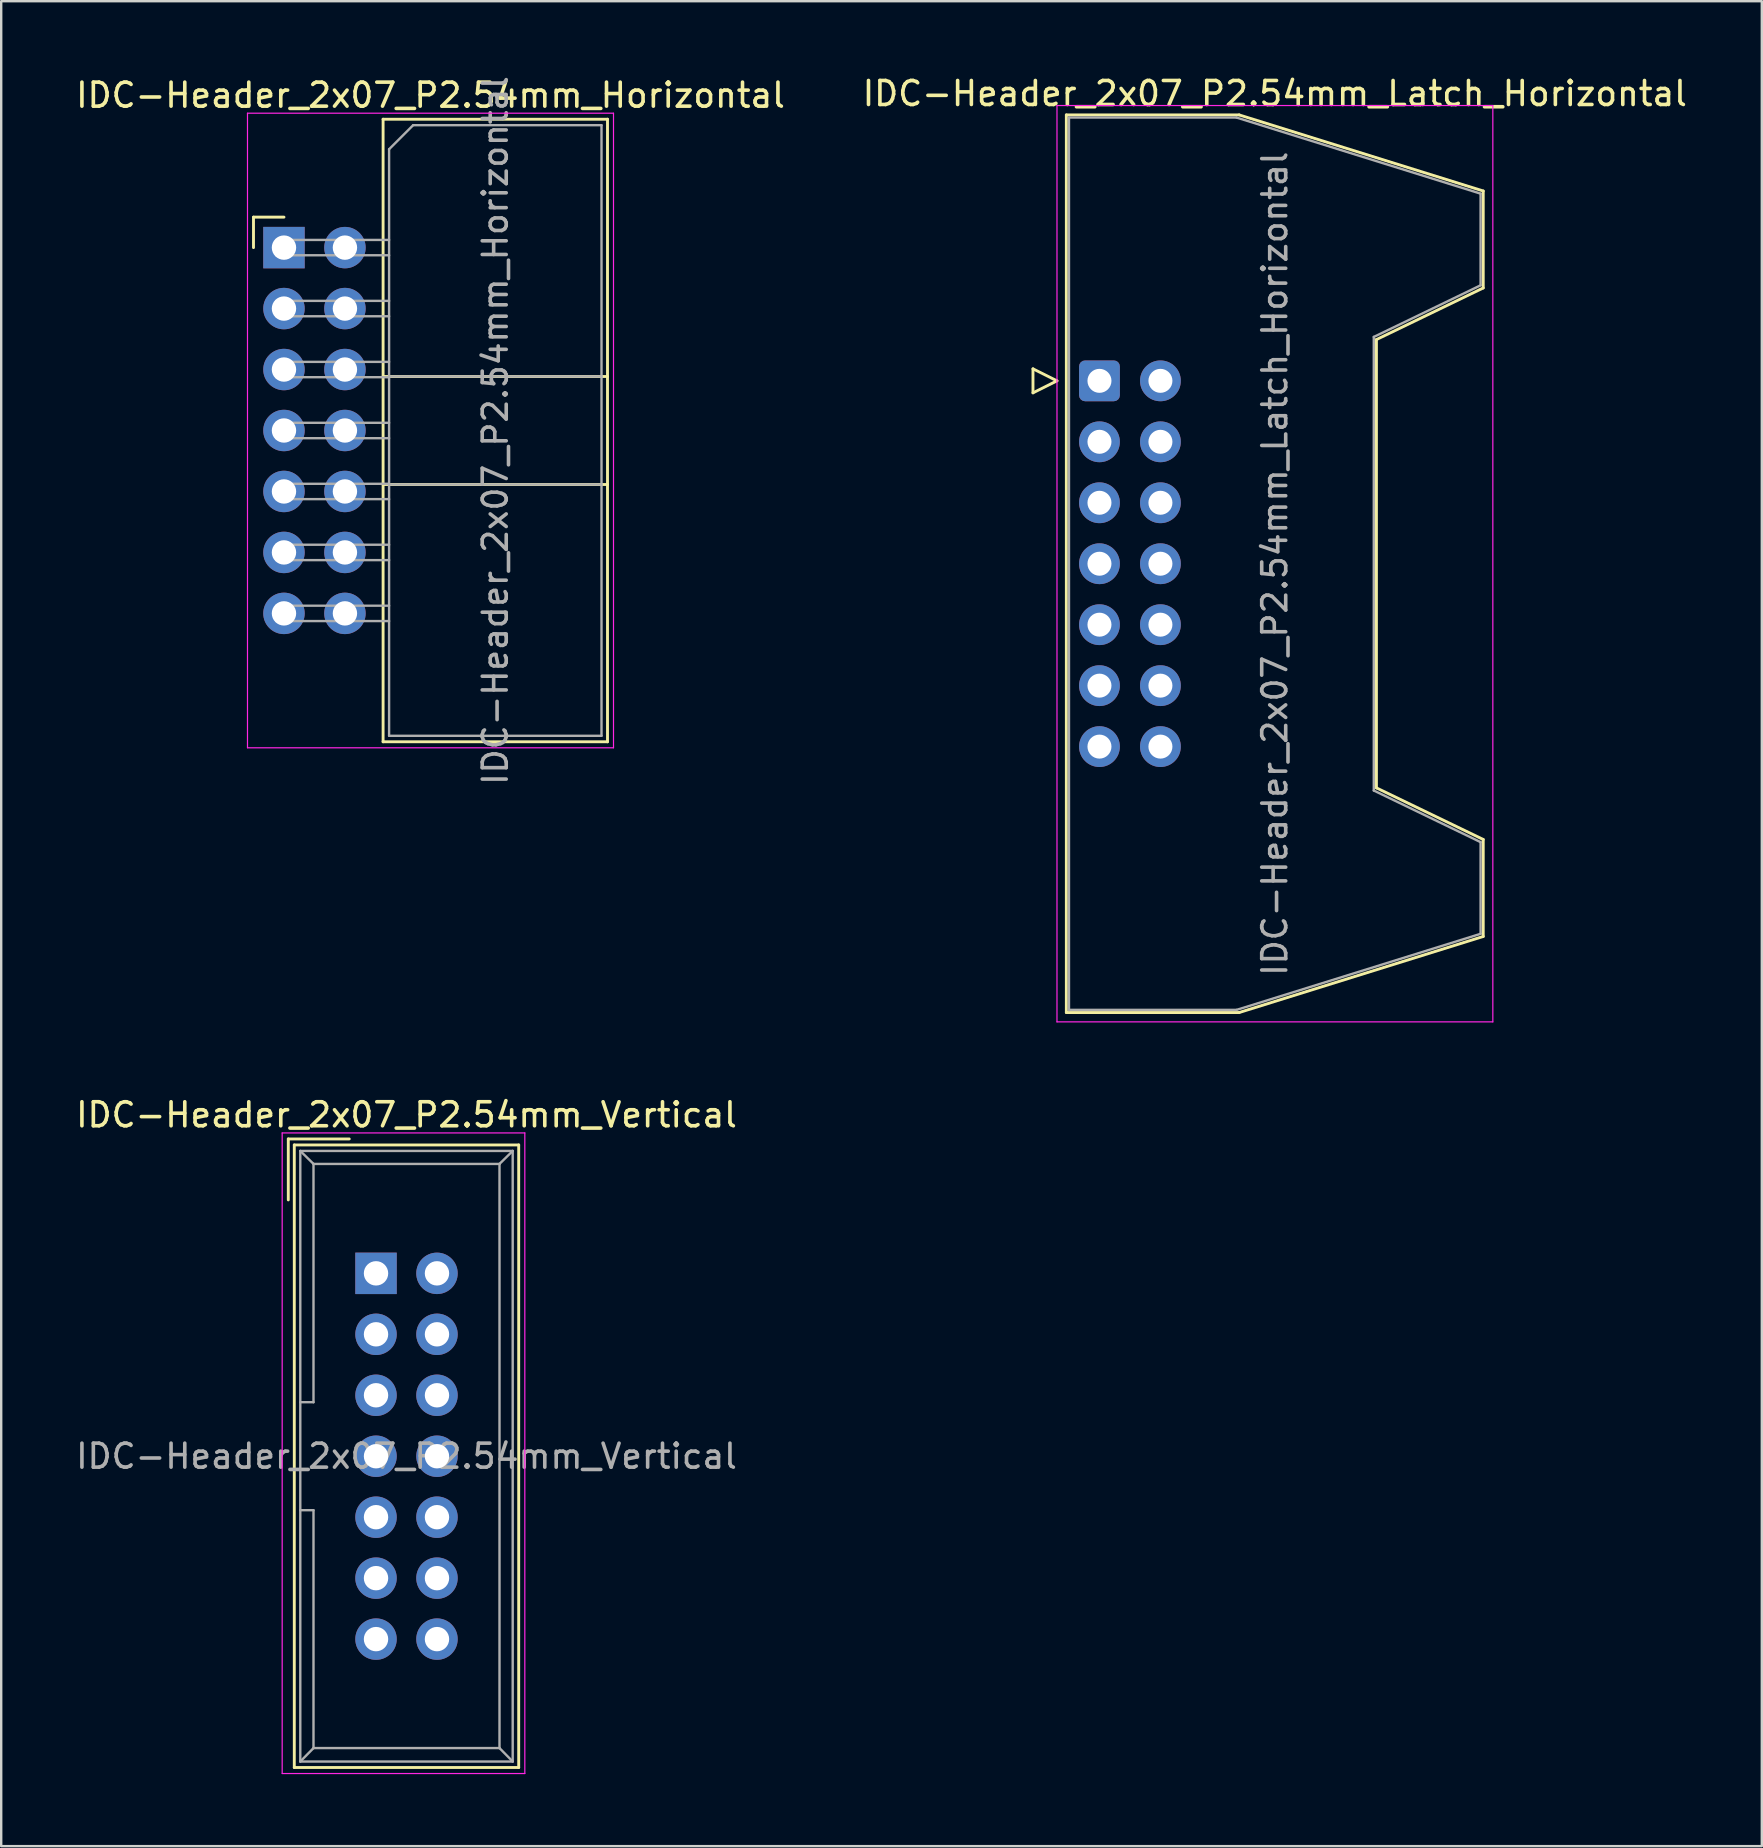
<source format=kicad_pcb>
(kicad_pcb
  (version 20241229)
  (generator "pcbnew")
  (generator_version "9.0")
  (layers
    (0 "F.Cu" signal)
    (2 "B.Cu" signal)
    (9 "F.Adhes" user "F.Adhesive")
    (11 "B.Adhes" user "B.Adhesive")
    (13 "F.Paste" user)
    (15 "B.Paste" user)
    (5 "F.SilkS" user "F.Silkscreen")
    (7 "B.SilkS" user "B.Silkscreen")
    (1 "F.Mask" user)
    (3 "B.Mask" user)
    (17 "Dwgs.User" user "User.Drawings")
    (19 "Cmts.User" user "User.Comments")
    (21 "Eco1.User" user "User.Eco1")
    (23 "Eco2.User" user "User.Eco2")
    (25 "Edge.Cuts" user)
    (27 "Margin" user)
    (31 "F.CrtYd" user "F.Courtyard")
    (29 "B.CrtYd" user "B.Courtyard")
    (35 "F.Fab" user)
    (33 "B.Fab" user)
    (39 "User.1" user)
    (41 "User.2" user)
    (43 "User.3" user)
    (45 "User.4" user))
  (footprint "IDC-Header_2x07_P2.54mm_Horizontal"
    (layer "F.Cu")
    (at 8.782 7.267)
    (property "Reference" "IDC-Header_2x07_P2.54mm_Horizontal" (at 6.105 -6.35 0) (layer "F.SilkS") (effects (font (size 1 1) (thickness 0.15))))
    (attr through_hole)
    (fp_line (start -1.27 -1.27) (end -1.27 0) (stroke (width 0.12) (type solid)) (layer "F.SilkS"))
    (fp_line (start 0 -1.27) (end -1.27 -1.27) (stroke (width 0.12) (type solid)) (layer "F.SilkS"))
    (fp_line (start 4.13 -5.35) (end 13.48 -5.35) (stroke (width 0.12) (type solid)) (layer "F.SilkS"))
    (fp_line (start 4.13 5.37) (end 13.48 5.37) (stroke (width 0.12) (type solid)) (layer "F.SilkS"))
    (fp_line (start 4.13 9.87) (end 13.48 9.87) (stroke (width 0.12) (type solid)) (layer "F.SilkS"))
    (fp_line (start 4.13 20.59) (end 4.13 -5.35) (stroke (width 0.12) (type solid)) (layer "F.SilkS"))
    (fp_line (start 4.13 20.59) (end 13.48 20.59) (stroke (width 0.12) (type solid)) (layer "F.SilkS"))
    (fp_line (start 13.48 -5.35) (end 13.48 20.59) (stroke (width 0.12) (type solid)) (layer "F.SilkS"))
    (fp_line (start -1.52 -5.6) (end 13.73 -5.6) (stroke (width 0.05) (type solid)) (layer "F.CrtYd"))
    (fp_line (start -1.52 20.84) (end -1.52 -5.6) (stroke (width 0.05) (type solid)) (layer "F.CrtYd"))
    (fp_line (start 13.73 -5.6) (end 13.73 20.84) (stroke (width 0.05) (type solid)) (layer "F.CrtYd"))
    (fp_line (start 13.73 20.84) (end -1.52 20.84) (stroke (width 0.05) (type solid)) (layer "F.CrtYd"))
    (fp_line (start -0.32 -0.32) (end -0.32 0.32) (stroke (width 0.1) (type solid)) (layer "F.Fab"))
    (fp_line (start -0.32 0.32) (end 4.38 0.32) (stroke (width 0.1) (type solid)) (layer "F.Fab"))
    (fp_line (start -0.32 2.22) (end -0.32 2.86) (stroke (width 0.1) (type solid)) (layer "F.Fab"))
    (fp_line (start -0.32 2.86) (end 4.38 2.86) (stroke (width 0.1) (type solid)) (layer "F.Fab"))
    (fp_line (start -0.32 4.76) (end -0.32 5.4) (stroke (width 0.1) (type solid)) (layer "F.Fab"))
    (fp_line (start -0.32 5.4) (end 4.38 5.4) (stroke (width 0.1) (type solid)) (layer "F.Fab"))
    (fp_line (start -0.32 7.3) (end -0.32 7.94) (stroke (width 0.1) (type solid)) (layer "F.Fab"))
    (fp_line (start -0.32 7.94) (end 4.38 7.94) (stroke (width 0.1) (type solid)) (layer "F.Fab"))
    (fp_line (start -0.32 9.84) (end -0.32 10.48) (stroke (width 0.1) (type solid)) (layer "F.Fab"))
    (fp_line (start -0.32 10.48) (end 4.38 10.48) (stroke (width 0.1) (type solid)) (layer "F.Fab"))
    (fp_line (start -0.32 12.38) (end -0.32 13.02) (stroke (width 0.1) (type solid)) (layer "F.Fab"))
    (fp_line (start -0.32 13.02) (end 4.38 13.02) (stroke (width 0.1) (type solid)) (layer "F.Fab"))
    (fp_line (start -0.32 14.92) (end -0.32 15.56) (stroke (width 0.1) (type solid)) (layer "F.Fab"))
    (fp_line (start -0.32 15.56) (end 4.38 15.56) (stroke (width 0.1) (type solid)) (layer "F.Fab"))
    (fp_line (start 4.38 -4.1) (end 5.38 -5.1) (stroke (width 0.1) (type solid)) (layer "F.Fab"))
    (fp_line (start 4.38 -0.32) (end -0.32 -0.32) (stroke (width 0.1) (type solid)) (layer "F.Fab"))
    (fp_line (start 4.38 2.22) (end -0.32 2.22) (stroke (width 0.1) (type solid)) (layer "F.Fab"))
    (fp_line (start 4.38 4.76) (end -0.32 4.76) (stroke (width 0.1) (type solid)) (layer "F.Fab"))
    (fp_line (start 4.38 5.37) (end 13.23 5.37) (stroke (width 0.1) (type solid)) (layer "F.Fab"))
    (fp_line (start 4.38 7.3) (end -0.32 7.3) (stroke (width 0.1) (type solid)) (layer "F.Fab"))
    (fp_line (start 4.38 9.84) (end -0.32 9.84) (stroke (width 0.1) (type solid)) (layer "F.Fab"))
    (fp_line (start 4.38 9.87) (end 13.23 9.87) (stroke (width 0.1) (type solid)) (layer "F.Fab"))
    (fp_line (start 4.38 12.38) (end -0.32 12.38) (stroke (width 0.1) (type solid)) (layer "F.Fab"))
    (fp_line (start 4.38 14.92) (end -0.32 14.92) (stroke (width 0.1) (type solid)) (layer "F.Fab"))
    (fp_line (start 4.38 20.34) (end 4.38 -4.1) (stroke (width 0.1) (type solid)) (layer "F.Fab"))
    (fp_line (start 4.38 20.34) (end 13.23 20.34) (stroke (width 0.1) (type solid)) (layer "F.Fab"))
    (fp_line (start 5.38 -5.1) (end 13.23 -5.1) (stroke (width 0.1) (type solid)) (layer "F.Fab"))
    (fp_line (start 13.23 20.34) (end 13.23 -5.1) (stroke (width 0.1) (type solid)) (layer "F.Fab"))
    (fp_text user "${REFERENCE}" (at 8.805 7.62 90) (layer "F.Fab") (effects (font (size 1 1) (thickness 0.15))))
    (pad "1" thru_hole rect (at 0 0) (size 1.727 1.727) (drill 1.016) (layers "*.Cu" "*.Mask"))
    (pad "2" thru_hole oval (at 2.54 0) (size 1.727 1.727) (drill 1.016) (layers "*.Cu" "*.Mask"))
    (pad "3" thru_hole oval (at 0 2.54) (size 1.727 1.727) (drill 1.016) (layers "*.Cu" "*.Mask"))
    (pad "4" thru_hole oval (at 2.54 2.54) (size 1.727 1.727) (drill 1.016) (layers "*.Cu" "*.Mask"))
    (pad "5" thru_hole oval (at 0 5.08) (size 1.727 1.727) (drill 1.016) (layers "*.Cu" "*.Mask"))
    (pad "6" thru_hole oval (at 2.54 5.08) (size 1.727 1.727) (drill 1.016) (layers "*.Cu" "*.Mask"))
    (pad "7" thru_hole oval (at 0 7.62) (size 1.727 1.727) (drill 1.016) (layers "*.Cu" "*.Mask"))
    (pad "8" thru_hole oval (at 2.54 7.62) (size 1.727 1.727) (drill 1.016) (layers "*.Cu" "*.Mask"))
    (pad "9" thru_hole oval (at 0 10.16) (size 1.727 1.727) (drill 1.016) (layers "*.Cu" "*.Mask"))
    (pad "10" thru_hole oval (at 2.54 10.16) (size 1.727 1.727) (drill 1.016) (layers "*.Cu" "*.Mask"))
    (pad "11" thru_hole oval (at 0 12.7) (size 1.727 1.727) (drill 1.016) (layers "*.Cu" "*.Mask"))
    (pad "12" thru_hole oval (at 2.54 12.7) (size 1.727 1.727) (drill 1.016) (layers "*.Cu" "*.Mask"))
    (pad "13" thru_hole oval (at 0 15.24) (size 1.727 1.727) (drill 1.016) (layers "*.Cu" "*.Mask"))
    (pad "14" thru_hole oval (at 2.54 15.24) (size 1.727 1.727) (drill 1.016) (layers "*.Cu" "*.Mask")))
  (footprint "IDC-Header_2x07_P2.54mm_Latch_Horizontal"
    (layer "F.Cu")
    (at 42.76 12.818)
    (property "Reference" "IDC-Header_2x07_P2.54mm_Latch_Horizontal" (at 7.305 -11.97 0) (layer "F.SilkS") (effects (font (size 1 1) (thickness 0.15))))
    (attr through_hole)
    (fp_line (start -2.77 -0.5) (end -2.77 0.5) (stroke (width 0.12) (type solid)) (layer "F.SilkS"))
    (fp_line (start -2.77 0.5) (end -1.77 0) (stroke (width 0.12) (type solid)) (layer "F.SilkS"))
    (fp_line (start -1.77 0) (end -2.77 -0.5) (stroke (width 0.12) (type solid)) (layer "F.SilkS"))
    (fp_line (start -1.38 -11.08) (end 5.82 -11.08) (stroke (width 0.12) (type solid)) (layer "F.SilkS"))
    (fp_line (start -1.38 26.32) (end -1.38 -11.08) (stroke (width 0.12) (type solid)) (layer "F.SilkS"))
    (fp_line (start 5.82 -11.08) (end 15.99 -7.91) (stroke (width 0.12) (type solid)) (layer "F.SilkS"))
    (fp_line (start 5.82 26.32) (end -1.38 26.32) (stroke (width 0.12) (type solid)) (layer "F.SilkS"))
    (fp_line (start 11.54 -1.72) (end 11.54 16.96) (stroke (width 0.12) (type solid)) (layer "F.SilkS"))
    (fp_line (start 11.54 16.96) (end 15.99 19.11) (stroke (width 0.12) (type solid)) (layer "F.SilkS"))
    (fp_line (start 15.99 -7.91) (end 15.99 -3.87) (stroke (width 0.12) (type solid)) (layer "F.SilkS"))
    (fp_line (start 15.99 -3.87) (end 11.54 -1.72) (stroke (width 0.12) (type solid)) (layer "F.SilkS"))
    (fp_line (start 15.99 19.11) (end 15.99 23.15) (stroke (width 0.12) (type solid)) (layer "F.SilkS"))
    (fp_line (start 15.99 23.15) (end 5.82 26.32) (stroke (width 0.12) (type solid)) (layer "F.SilkS"))
    (fp_line (start -1.77 -11.47) (end -1.77 26.71) (stroke (width 0.05) (type solid)) (layer "F.CrtYd"))
    (fp_line (start -1.77 26.71) (end 16.39 26.71) (stroke (width 0.05) (type solid)) (layer "F.CrtYd"))
    (fp_line (start 16.39 -11.47) (end -1.77 -11.47) (stroke (width 0.05) (type solid)) (layer "F.CrtYd"))
    (fp_line (start 16.39 26.71) (end 16.39 -11.47) (stroke (width 0.05) (type solid)) (layer "F.CrtYd"))
    (fp_line (start -1.27 -10.97) (end 5.71 -10.97) (stroke (width 0.1) (type solid)) (layer "F.Fab"))
    (fp_line (start -1.27 26.21) (end -1.27 -10.97) (stroke (width 0.1) (type solid)) (layer "F.Fab"))
    (fp_line (start 5.71 -10.97) (end 15.88 -7.8) (stroke (width 0.1) (type solid)) (layer "F.Fab"))
    (fp_line (start 5.71 26.21) (end -1.27 26.21) (stroke (width 0.1) (type solid)) (layer "F.Fab"))
    (fp_line (start 11.43 -1.83) (end 11.43 17.07) (stroke (width 0.1) (type solid)) (layer "F.Fab"))
    (fp_line (start 11.43 17.07) (end 15.88 19.22) (stroke (width 0.1) (type solid)) (layer "F.Fab"))
    (fp_line (start 15.88 -7.8) (end 15.88 -3.98) (stroke (width 0.1) (type solid)) (layer "F.Fab"))
    (fp_line (start 15.88 -3.98) (end 11.43 -1.83) (stroke (width 0.1) (type solid)) (layer "F.Fab"))
    (fp_line (start 15.88 19.22) (end 15.88 23.04) (stroke (width 0.1) (type solid)) (layer "F.Fab"))
    (fp_line (start 15.88 23.04) (end 5.71 26.21) (stroke (width 0.1) (type solid)) (layer "F.Fab"))
    (fp_text user "${REFERENCE}" (at 7.305 7.62 90) (layer "F.Fab") (effects (font (size 1 1) (thickness 0.15))))
    (pad "1" thru_hole roundrect (at 0 0) (size 1.7 1.7) (drill 1) (layers "*.Cu" "*.Mask") (roundrect_rratio 0.147))
    (pad "2" thru_hole circle (at 2.54 0) (size 1.7 1.7) (drill 1) (layers "*.Cu" "*.Mask"))
    (pad "3" thru_hole circle (at 0 2.54) (size 1.7 1.7) (drill 1) (layers "*.Cu" "*.Mask"))
    (pad "4" thru_hole circle (at 2.54 2.54) (size 1.7 1.7) (drill 1) (layers "*.Cu" "*.Mask"))
    (pad "5" thru_hole circle (at 0 5.08) (size 1.7 1.7) (drill 1) (layers "*.Cu" "*.Mask"))
    (pad "6" thru_hole circle (at 2.54 5.08) (size 1.7 1.7) (drill 1) (layers "*.Cu" "*.Mask"))
    (pad "7" thru_hole circle (at 0 7.62) (size 1.7 1.7) (drill 1) (layers "*.Cu" "*.Mask"))
    (pad "8" thru_hole circle (at 2.54 7.62) (size 1.7 1.7) (drill 1) (layers "*.Cu" "*.Mask"))
    (pad "9" thru_hole circle (at 0 10.16) (size 1.7 1.7) (drill 1) (layers "*.Cu" "*.Mask"))
    (pad "10" thru_hole circle (at 2.54 10.16) (size 1.7 1.7) (drill 1) (layers "*.Cu" "*.Mask"))
    (pad "11" thru_hole circle (at 0 12.7) (size 1.7 1.7) (drill 1) (layers "*.Cu" "*.Mask"))
    (pad "12" thru_hole circle (at 2.54 12.7) (size 1.7 1.7) (drill 1) (layers "*.Cu" "*.Mask"))
    (pad "13" thru_hole circle (at 0 15.24) (size 1.7 1.7) (drill 1) (layers "*.Cu" "*.Mask"))
    (pad "14" thru_hole circle (at 2.54 15.24) (size 1.7 1.7) (drill 1) (layers "*.Cu" "*.Mask")))
  (footprint "IDC-Header_2x07_P2.54mm_Vertical"
    (layer "F.Cu")
    (at 12.617 50.005)
    (property "Reference" "IDC-Header_2x07_P2.54mm_Vertical" (at 1.27 -6.604 0) (layer "F.SilkS") (effects (font (size 1 1) (thickness 0.15))))
    (attr through_hole)
    (fp_line (start -3.655 -5.6) (end -3.655 -3.06) (stroke (width 0.12) (type solid)) (layer "F.SilkS"))
    (fp_line (start -3.655 -5.6) (end -1.115 -5.6) (stroke (width 0.12) (type solid)) (layer "F.SilkS"))
    (fp_line (start -3.405 -5.35) (end 5.945 -5.35) (stroke (width 0.12) (type solid)) (layer "F.SilkS"))
    (fp_line (start -3.405 20.59) (end -3.405 -5.35) (stroke (width 0.12) (type solid)) (layer "F.SilkS"))
    (fp_line (start 5.945 -5.35) (end 5.945 20.59) (stroke (width 0.12) (type solid)) (layer "F.SilkS"))
    (fp_line (start 5.945 20.59) (end -3.405 20.59) (stroke (width 0.12) (type solid)) (layer "F.SilkS"))
    (fp_line (start -3.91 -5.85) (end 6.2 -5.85) (stroke (width 0.05) (type solid)) (layer "F.CrtYd"))
    (fp_line (start -3.91 20.84) (end -3.91 -5.85) (stroke (width 0.05) (type solid)) (layer "F.CrtYd"))
    (fp_line (start 6.2 -5.85) (end 6.2 20.84) (stroke (width 0.05) (type solid)) (layer "F.CrtYd"))
    (fp_line (start 6.2 20.84) (end -3.91 20.84) (stroke (width 0.05) (type solid)) (layer "F.CrtYd"))
    (fp_line (start -3.155 -5.1) (end -3.155 20.34) (stroke (width 0.1) (type solid)) (layer "F.Fab"))
    (fp_line (start -3.155 -5.1) (end -2.605 -4.56) (stroke (width 0.1) (type solid)) (layer "F.Fab"))
    (fp_line (start -3.155 20.34) (end -2.605 19.78) (stroke (width 0.1) (type solid)) (layer "F.Fab"))
    (fp_line (start -2.605 -4.56) (end -2.605 5.37) (stroke (width 0.1) (type solid)) (layer "F.Fab"))
    (fp_line (start -2.605 5.37) (end -3.155 5.37) (stroke (width 0.1) (type solid)) (layer "F.Fab"))
    (fp_line (start -2.605 9.87) (end -3.155 9.87) (stroke (width 0.1) (type solid)) (layer "F.Fab"))
    (fp_line (start -2.605 9.87) (end -2.605 19.78) (stroke (width 0.1) (type solid)) (layer "F.Fab"))
    (fp_line (start 5.145 -4.56) (end -2.605 -4.56) (stroke (width 0.1) (type solid)) (layer "F.Fab"))
    (fp_line (start 5.145 -4.56) (end 5.145 19.78) (stroke (width 0.1) (type solid)) (layer "F.Fab"))
    (fp_line (start 5.145 19.78) (end -2.605 19.78) (stroke (width 0.1) (type solid)) (layer "F.Fab"))
    (fp_line (start 5.695 -5.1) (end -3.155 -5.1) (stroke (width 0.1) (type solid)) (layer "F.Fab"))
    (fp_line (start 5.695 -5.1) (end 5.145 -4.56) (stroke (width 0.1) (type solid)) (layer "F.Fab"))
    (fp_line (start 5.695 -5.1) (end 5.695 20.34) (stroke (width 0.1) (type solid)) (layer "F.Fab"))
    (fp_line (start 5.695 20.34) (end -3.155 20.34) (stroke (width 0.1) (type solid)) (layer "F.Fab"))
    (fp_line (start 5.695 20.34) (end 5.145 19.78) (stroke (width 0.1) (type solid)) (layer "F.Fab"))
    (fp_text user "${REFERENCE}" (at 1.27 7.62 0) (layer "F.Fab") (effects (font (size 1 1) (thickness 0.15))))
    (pad "1" thru_hole rect (at 0 0) (size 1.727 1.727) (drill 1.016) (layers "*.Cu" "*.Mask"))
    (pad "2" thru_hole oval (at 2.54 0) (size 1.727 1.727) (drill 1.016) (layers "*.Cu" "*.Mask"))
    (pad "3" thru_hole oval (at 0 2.54) (size 1.727 1.727) (drill 1.016) (layers "*.Cu" "*.Mask"))
    (pad "4" thru_hole oval (at 2.54 2.54) (size 1.727 1.727) (drill 1.016) (layers "*.Cu" "*.Mask"))
    (pad "5" thru_hole oval (at 0 5.08) (size 1.727 1.727) (drill 1.016) (layers "*.Cu" "*.Mask"))
    (pad "6" thru_hole oval (at 2.54 5.08) (size 1.727 1.727) (drill 1.016) (layers "*.Cu" "*.Mask"))
    (pad "7" thru_hole oval (at 0 7.62) (size 1.727 1.727) (drill 1.016) (layers "*.Cu" "*.Mask"))
    (pad "8" thru_hole oval (at 2.54 7.62) (size 1.727 1.727) (drill 1.016) (layers "*.Cu" "*.Mask"))
    (pad "9" thru_hole oval (at 0 10.16) (size 1.727 1.727) (drill 1.016) (layers "*.Cu" "*.Mask"))
    (pad "10" thru_hole oval (at 2.54 10.16) (size 1.727 1.727) (drill 1.016) (layers "*.Cu" "*.Mask"))
    (pad "11" thru_hole oval (at 0 12.7) (size 1.727 1.727) (drill 1.016) (layers "*.Cu" "*.Mask"))
    (pad "12" thru_hole oval (at 2.54 12.7) (size 1.727 1.727) (drill 1.016) (layers "*.Cu" "*.Mask"))
    (pad "13" thru_hole oval (at 0 15.24) (size 1.727 1.727) (drill 1.016) (layers "*.Cu" "*.Mask"))
    (pad "14" thru_hole oval (at 2.54 15.24) (size 1.727 1.727) (drill 1.016) (layers "*.Cu" "*.Mask")))
  (gr_rect
    (start -3 -3)
    (end 70.357 73.871)
    (stroke (width 0.1) (type default))
    (fill no)
    (layer "Edge.Cuts")))
</source>
